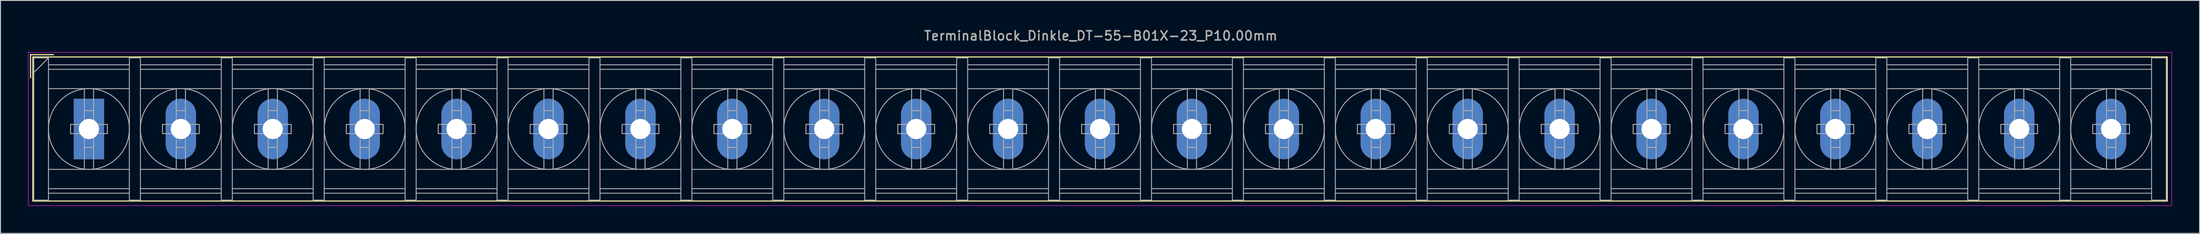
<source format=kicad_pcb>
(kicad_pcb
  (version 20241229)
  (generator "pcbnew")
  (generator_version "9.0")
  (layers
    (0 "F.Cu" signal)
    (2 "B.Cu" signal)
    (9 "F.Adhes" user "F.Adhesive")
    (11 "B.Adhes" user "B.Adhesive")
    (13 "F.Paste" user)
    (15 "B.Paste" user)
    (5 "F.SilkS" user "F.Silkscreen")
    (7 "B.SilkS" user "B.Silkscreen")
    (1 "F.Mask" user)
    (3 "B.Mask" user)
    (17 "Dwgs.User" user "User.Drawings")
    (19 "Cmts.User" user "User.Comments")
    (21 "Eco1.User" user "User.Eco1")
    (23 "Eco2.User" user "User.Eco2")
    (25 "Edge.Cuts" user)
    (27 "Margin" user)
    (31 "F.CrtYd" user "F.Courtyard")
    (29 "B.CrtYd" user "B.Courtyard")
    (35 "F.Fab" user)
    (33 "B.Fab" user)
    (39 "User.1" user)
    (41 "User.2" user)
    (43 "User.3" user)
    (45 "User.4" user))
  (footprint "TerminalBlock_Dinkle_DT-55-B01X-23_P10.00mm"
    (layer "F.Cu")
    (at 6.625 11.008)
    (property "Reference" "TerminalBlock_Dinkle_DT-55-B01X-23_P10.00mm" (at 110.08 -10.16 0) (layer "F.SilkS") (effects (font (size 1 1) (thickness 0.15))))
    (attr through_hole)
    (fp_line (start -6.35 -8.1) (end -3.85 -8.1) (stroke (width 0.12) (type solid)) (layer "F.SilkS"))
    (fp_line (start -6.35 -5.6) (end -6.35 -8.1) (stroke (width 0.12) (type solid)) (layer "F.SilkS"))
    (fp_line (start -6.1 -7.85) (end 226.1 -7.85) (stroke (width 0.12) (type solid)) (layer "F.SilkS"))
    (fp_line (start -6.1 7.85) (end -6.1 -7.85) (stroke (width 0.12) (type solid)) (layer "F.SilkS"))
    (fp_line (start -6.1 7.85) (end 226.1 7.85) (stroke (width 0.12) (type solid)) (layer "F.SilkS"))
    (fp_line (start 226.1 -7.85) (end 226.1 7.85) (stroke (width 0.12) (type solid)) (layer "F.SilkS"))
    (fp_line (start -6.6 -8.35) (end 226.6 -8.35) (stroke (width 0.05) (type solid)) (layer "F.CrtYd"))
    (fp_line (start -6.6 8.35) (end -6.6 -8.35) (stroke (width 0.05) (type solid)) (layer "F.CrtYd"))
    (fp_line (start -6.6 8.35) (end 226.6 8.35) (stroke (width 0.05) (type solid)) (layer "F.CrtYd"))
    (fp_line (start 226.6 -8.35) (end 226.6 8.35) (stroke (width 0.05) (type solid)) (layer "F.CrtYd"))
    (fp_line (start -6 -7.75) (end -6 7.75) (stroke (width 0.1) (type solid)) (layer "F.Fab"))
    (fp_line (start -6 -7.75) (end -4.4 -7.75) (stroke (width 0.1) (type solid)) (layer "F.Fab"))
    (fp_line (start -6 7.75) (end -4.4 7.75) (stroke (width 0.1) (type solid)) (layer "F.Fab"))
    (fp_line (start -4.4 -7.75) (end -6 -6.15) (stroke (width 0.1) (type solid)) (layer "F.Fab"))
    (fp_line (start -4.4 -7.75) (end -4.4 7.75) (stroke (width 0.1) (type solid)) (layer "F.Fab"))
    (fp_line (start -4.4 -7) (end 4.4 -7) (stroke (width 0.1) (type solid)) (layer "F.Fab"))
    (fp_line (start -4.4 -6.5) (end 4.4 -6.5) (stroke (width 0.1) (type solid)) (layer "F.Fab"))
    (fp_line (start -4.4 -4.4) (end 4.4 -4.4) (stroke (width 0.1) (type solid)) (layer "F.Fab"))
    (fp_line (start -4.4 4.4) (end 4.4 4.4) (stroke (width 0.1) (type solid)) (layer "F.Fab"))
    (fp_line (start -4.4 6.5) (end 4.4 6.5) (stroke (width 0.1) (type solid)) (layer "F.Fab"))
    (fp_line (start -4.4 7) (end 4.4 7) (stroke (width 0.1) (type solid)) (layer "F.Fab"))
    (fp_line (start -2 -0.5) (end -2 0.5) (stroke (width 0.1) (type solid)) (layer "F.Fab"))
    (fp_line (start -2 0.5) (end -0.5 0.5) (stroke (width 0.1) (type solid)) (layer "F.Fab"))
    (fp_line (start -0.5 -4.35) (end -0.5 -0.5) (stroke (width 0.1) (type solid)) (layer "F.Fab"))
    (fp_line (start -0.5 -2) (end 0.5 -2) (stroke (width 0.1) (type solid)) (layer "F.Fab"))
    (fp_line (start -0.5 -0.5) (end -2 -0.5) (stroke (width 0.1) (type solid)) (layer "F.Fab"))
    (fp_line (start -0.5 0.5) (end -0.5 4.35) (stroke (width 0.1) (type solid)) (layer "F.Fab"))
    (fp_line (start -0.5 2) (end 0.5 2) (stroke (width 0.1) (type solid)) (layer "F.Fab"))
    (fp_line (start 0.5 -4.35) (end 0.5 -0.5) (stroke (width 0.1) (type solid)) (layer "F.Fab"))
    (fp_line (start 0.5 -0.5) (end 2 -0.5) (stroke (width 0.1) (type solid)) (layer "F.Fab"))
    (fp_line (start 0.5 0.5) (end 0.5 4.35) (stroke (width 0.1) (type solid)) (layer "F.Fab"))
    (fp_line (start 2 -0.5) (end 2 0.5) (stroke (width 0.1) (type solid)) (layer "F.Fab"))
    (fp_line (start 2 0.5) (end 0.5 0.5) (stroke (width 0.1) (type solid)) (layer "F.Fab"))
    (fp_line (start 4.4 -7.75) (end 4.4 7.75) (stroke (width 0.1) (type solid)) (layer "F.Fab"))
    (fp_line (start 4.4 -7.75) (end 5.6 -7.75) (stroke (width 0.1) (type solid)) (layer "F.Fab"))
    (fp_line (start 4.4 7.75) (end 5.6 7.75) (stroke (width 0.1) (type solid)) (layer "F.Fab"))
    (fp_line (start 5.6 -7.75) (end 5.6 7.75) (stroke (width 0.1) (type solid)) (layer "F.Fab"))
    (fp_line (start 5.6 -7) (end 14.4 -7) (stroke (width 0.1) (type solid)) (layer "F.Fab"))
    (fp_line (start 5.6 -6.5) (end 14.4 -6.5) (stroke (width 0.1) (type solid)) (layer "F.Fab"))
    (fp_line (start 5.6 -4.4) (end 14.4 -4.4) (stroke (width 0.1) (type solid)) (layer "F.Fab"))
    (fp_line (start 5.6 4.4) (end 14.4 4.4) (stroke (width 0.1) (type solid)) (layer "F.Fab"))
    (fp_line (start 5.6 6.5) (end 14.4 6.5) (stroke (width 0.1) (type solid)) (layer "F.Fab"))
    (fp_line (start 5.6 7) (end 14.4 7) (stroke (width 0.1) (type solid)) (layer "F.Fab"))
    (fp_line (start 8 -0.5) (end 8 0.5) (stroke (width 0.1) (type solid)) (layer "F.Fab"))
    (fp_line (start 8 0.5) (end 9.5 0.5) (stroke (width 0.1) (type solid)) (layer "F.Fab"))
    (fp_line (start 9.5 -4.35) (end 9.5 -0.5) (stroke (width 0.1) (type solid)) (layer "F.Fab"))
    (fp_line (start 9.5 -2) (end 10.5 -2) (stroke (width 0.1) (type solid)) (layer "F.Fab"))
    (fp_line (start 9.5 -0.5) (end 8 -0.5) (stroke (width 0.1) (type solid)) (layer "F.Fab"))
    (fp_line (start 9.5 0.5) (end 9.5 4.35) (stroke (width 0.1) (type solid)) (layer "F.Fab"))
    (fp_line (start 9.5 2) (end 10.5 2) (stroke (width 0.1) (type solid)) (layer "F.Fab"))
    (fp_line (start 10.5 -4.35) (end 10.5 -0.5) (stroke (width 0.1) (type solid)) (layer "F.Fab"))
    (fp_line (start 10.5 -0.5) (end 12 -0.5) (stroke (width 0.1) (type solid)) (layer "F.Fab"))
    (fp_line (start 10.5 0.5) (end 10.5 4.35) (stroke (width 0.1) (type solid)) (layer "F.Fab"))
    (fp_line (start 12 -0.5) (end 12 0.5) (stroke (width 0.1) (type solid)) (layer "F.Fab"))
    (fp_line (start 12 0.5) (end 10.5 0.5) (stroke (width 0.1) (type solid)) (layer "F.Fab"))
    (fp_line (start 14.4 -7.75) (end 14.4 7.75) (stroke (width 0.1) (type solid)) (layer "F.Fab"))
    (fp_line (start 14.4 -7.75) (end 15.6 -7.75) (stroke (width 0.1) (type solid)) (layer "F.Fab"))
    (fp_line (start 14.4 7.75) (end 15.6 7.75) (stroke (width 0.1) (type solid)) (layer "F.Fab"))
    (fp_line (start 15.6 -7.75) (end 15.6 7.75) (stroke (width 0.1) (type solid)) (layer "F.Fab"))
    (fp_line (start 15.6 -7) (end 24.4 -7) (stroke (width 0.1) (type solid)) (layer "F.Fab"))
    (fp_line (start 15.6 -6.5) (end 24.4 -6.5) (stroke (width 0.1) (type solid)) (layer "F.Fab"))
    (fp_line (start 15.6 -4.4) (end 24.4 -4.4) (stroke (width 0.1) (type solid)) (layer "F.Fab"))
    (fp_line (start 15.6 4.4) (end 24.4 4.4) (stroke (width 0.1) (type solid)) (layer "F.Fab"))
    (fp_line (start 15.6 6.5) (end 24.4 6.5) (stroke (width 0.1) (type solid)) (layer "F.Fab"))
    (fp_line (start 15.6 7) (end 24.4 7) (stroke (width 0.1) (type solid)) (layer "F.Fab"))
    (fp_line (start 18 -0.5) (end 18 0.5) (stroke (width 0.1) (type solid)) (layer "F.Fab"))
    (fp_line (start 18 0.5) (end 19.5 0.5) (stroke (width 0.1) (type solid)) (layer "F.Fab"))
    (fp_line (start 19.5 -4.35) (end 19.5 -0.5) (stroke (width 0.1) (type solid)) (layer "F.Fab"))
    (fp_line (start 19.5 -2) (end 20.5 -2) (stroke (width 0.1) (type solid)) (layer "F.Fab"))
    (fp_line (start 19.5 -0.5) (end 18 -0.5) (stroke (width 0.1) (type solid)) (layer "F.Fab"))
    (fp_line (start 19.5 0.5) (end 19.5 4.35) (stroke (width 0.1) (type solid)) (layer "F.Fab"))
    (fp_line (start 19.5 2) (end 20.5 2) (stroke (width 0.1) (type solid)) (layer "F.Fab"))
    (fp_line (start 20.5 -4.35) (end 20.5 -0.5) (stroke (width 0.1) (type solid)) (layer "F.Fab"))
    (fp_line (start 20.5 -0.5) (end 22 -0.5) (stroke (width 0.1) (type solid)) (layer "F.Fab"))
    (fp_line (start 20.5 0.5) (end 20.5 4.35) (stroke (width 0.1) (type solid)) (layer "F.Fab"))
    (fp_line (start 22 -0.5) (end 22 0.5) (stroke (width 0.1) (type solid)) (layer "F.Fab"))
    (fp_line (start 22 0.5) (end 20.5 0.5) (stroke (width 0.1) (type solid)) (layer "F.Fab"))
    (fp_line (start 24.4 -7.75) (end 24.4 7.75) (stroke (width 0.1) (type solid)) (layer "F.Fab"))
    (fp_line (start 24.4 -7.75) (end 25.6 -7.75) (stroke (width 0.1) (type solid)) (layer "F.Fab"))
    (fp_line (start 24.4 7.75) (end 25.6 7.75) (stroke (width 0.1) (type solid)) (layer "F.Fab"))
    (fp_line (start 25.6 -7.75) (end 25.6 7.75) (stroke (width 0.1) (type solid)) (layer "F.Fab"))
    (fp_line (start 25.6 -7) (end 34.4 -7) (stroke (width 0.1) (type solid)) (layer "F.Fab"))
    (fp_line (start 25.6 -6.5) (end 34.4 -6.5) (stroke (width 0.1) (type solid)) (layer "F.Fab"))
    (fp_line (start 25.6 -4.4) (end 34.4 -4.4) (stroke (width 0.1) (type solid)) (layer "F.Fab"))
    (fp_line (start 25.6 4.4) (end 34.4 4.4) (stroke (width 0.1) (type solid)) (layer "F.Fab"))
    (fp_line (start 25.6 6.5) (end 34.4 6.5) (stroke (width 0.1) (type solid)) (layer "F.Fab"))
    (fp_line (start 25.6 7) (end 34.4 7) (stroke (width 0.1) (type solid)) (layer "F.Fab"))
    (fp_line (start 28 -0.5) (end 28 0.5) (stroke (width 0.1) (type solid)) (layer "F.Fab"))
    (fp_line (start 28 0.5) (end 29.5 0.5) (stroke (width 0.1) (type solid)) (layer "F.Fab"))
    (fp_line (start 29.5 -4.35) (end 29.5 -0.5) (stroke (width 0.1) (type solid)) (layer "F.Fab"))
    (fp_line (start 29.5 -2) (end 30.5 -2) (stroke (width 0.1) (type solid)) (layer "F.Fab"))
    (fp_line (start 29.5 -0.5) (end 28 -0.5) (stroke (width 0.1) (type solid)) (layer "F.Fab"))
    (fp_line (start 29.5 0.5) (end 29.5 4.35) (stroke (width 0.1) (type solid)) (layer "F.Fab"))
    (fp_line (start 29.5 2) (end 30.5 2) (stroke (width 0.1) (type solid)) (layer "F.Fab"))
    (fp_line (start 30.5 -4.35) (end 30.5 -0.5) (stroke (width 0.1) (type solid)) (layer "F.Fab"))
    (fp_line (start 30.5 -0.5) (end 32 -0.5) (stroke (width 0.1) (type solid)) (layer "F.Fab"))
    (fp_line (start 30.5 0.5) (end 30.5 4.35) (stroke (width 0.1) (type solid)) (layer "F.Fab"))
    (fp_line (start 32 -0.5) (end 32 0.5) (stroke (width 0.1) (type solid)) (layer "F.Fab"))
    (fp_line (start 32 0.5) (end 30.5 0.5) (stroke (width 0.1) (type solid)) (layer "F.Fab"))
    (fp_line (start 34.4 -7.75) (end 34.4 7.75) (stroke (width 0.1) (type solid)) (layer "F.Fab"))
    (fp_line (start 34.4 -7.75) (end 35.6 -7.75) (stroke (width 0.1) (type solid)) (layer "F.Fab"))
    (fp_line (start 34.4 7.75) (end 35.6 7.75) (stroke (width 0.1) (type solid)) (layer "F.Fab"))
    (fp_line (start 35.6 -7.75) (end 35.6 7.75) (stroke (width 0.1) (type solid)) (layer "F.Fab"))
    (fp_line (start 35.6 -7) (end 44.4 -7) (stroke (width 0.1) (type solid)) (layer "F.Fab"))
    (fp_line (start 35.6 -6.5) (end 44.4 -6.5) (stroke (width 0.1) (type solid)) (layer "F.Fab"))
    (fp_line (start 35.6 -4.4) (end 44.4 -4.4) (stroke (width 0.1) (type solid)) (layer "F.Fab"))
    (fp_line (start 35.6 4.4) (end 44.4 4.4) (stroke (width 0.1) (type solid)) (layer "F.Fab"))
    (fp_line (start 35.6 6.5) (end 44.4 6.5) (stroke (width 0.1) (type solid)) (layer "F.Fab"))
    (fp_line (start 35.6 7) (end 44.4 7) (stroke (width 0.1) (type solid)) (layer "F.Fab"))
    (fp_line (start 38 -0.5) (end 38 0.5) (stroke (width 0.1) (type solid)) (layer "F.Fab"))
    (fp_line (start 38 0.5) (end 39.5 0.5) (stroke (width 0.1) (type solid)) (layer "F.Fab"))
    (fp_line (start 39.5 -4.35) (end 39.5 -0.5) (stroke (width 0.1) (type solid)) (layer "F.Fab"))
    (fp_line (start 39.5 -2) (end 40.5 -2) (stroke (width 0.1) (type solid)) (layer "F.Fab"))
    (fp_line (start 39.5 -0.5) (end 38 -0.5) (stroke (width 0.1) (type solid)) (layer "F.Fab"))
    (fp_line (start 39.5 0.5) (end 39.5 4.35) (stroke (width 0.1) (type solid)) (layer "F.Fab"))
    (fp_line (start 39.5 2) (end 40.5 2) (stroke (width 0.1) (type solid)) (layer "F.Fab"))
    (fp_line (start 40.5 -4.35) (end 40.5 -0.5) (stroke (width 0.1) (type solid)) (layer "F.Fab"))
    (fp_line (start 40.5 -0.5) (end 42 -0.5) (stroke (width 0.1) (type solid)) (layer "F.Fab"))
    (fp_line (start 40.5 0.5) (end 40.5 4.35) (stroke (width 0.1) (type solid)) (layer "F.Fab"))
    (fp_line (start 42 -0.5) (end 42 0.5) (stroke (width 0.1) (type solid)) (layer "F.Fab"))
    (fp_line (start 42 0.5) (end 40.5 0.5) (stroke (width 0.1) (type solid)) (layer "F.Fab"))
    (fp_line (start 44.4 -7.75) (end 44.4 7.75) (stroke (width 0.1) (type solid)) (layer "F.Fab"))
    (fp_line (start 44.4 -7.75) (end 45.6 -7.75) (stroke (width 0.1) (type solid)) (layer "F.Fab"))
    (fp_line (start 44.4 7.75) (end 45.6 7.75) (stroke (width 0.1) (type solid)) (layer "F.Fab"))
    (fp_line (start 45.6 -7.75) (end 45.6 7.75) (stroke (width 0.1) (type solid)) (layer "F.Fab"))
    (fp_line (start 45.6 -7) (end 54.4 -7) (stroke (width 0.1) (type solid)) (layer "F.Fab"))
    (fp_line (start 45.6 -6.5) (end 54.4 -6.5) (stroke (width 0.1) (type solid)) (layer "F.Fab"))
    (fp_line (start 45.6 -4.4) (end 54.4 -4.4) (stroke (width 0.1) (type solid)) (layer "F.Fab"))
    (fp_line (start 45.6 4.4) (end 54.4 4.4) (stroke (width 0.1) (type solid)) (layer "F.Fab"))
    (fp_line (start 45.6 6.5) (end 54.4 6.5) (stroke (width 0.1) (type solid)) (layer "F.Fab"))
    (fp_line (start 45.6 7) (end 54.4 7) (stroke (width 0.1) (type solid)) (layer "F.Fab"))
    (fp_line (start 48 -0.5) (end 48 0.5) (stroke (width 0.1) (type solid)) (layer "F.Fab"))
    (fp_line (start 48 0.5) (end 49.5 0.5) (stroke (width 0.1) (type solid)) (layer "F.Fab"))
    (fp_line (start 49.5 -4.35) (end 49.5 -0.5) (stroke (width 0.1) (type solid)) (layer "F.Fab"))
    (fp_line (start 49.5 -2) (end 50.5 -2) (stroke (width 0.1) (type solid)) (layer "F.Fab"))
    (fp_line (start 49.5 -0.5) (end 48 -0.5) (stroke (width 0.1) (type solid)) (layer "F.Fab"))
    (fp_line (start 49.5 0.5) (end 49.5 4.35) (stroke (width 0.1) (type solid)) (layer "F.Fab"))
    (fp_line (start 49.5 2) (end 50.5 2) (stroke (width 0.1) (type solid)) (layer "F.Fab"))
    (fp_line (start 50.5 -4.35) (end 50.5 -0.5) (stroke (width 0.1) (type solid)) (layer "F.Fab"))
    (fp_line (start 50.5 -0.5) (end 52 -0.5) (stroke (width 0.1) (type solid)) (layer "F.Fab"))
    (fp_line (start 50.5 0.5) (end 50.5 4.35) (stroke (width 0.1) (type solid)) (layer "F.Fab"))
    (fp_line (start 52 -0.5) (end 52 0.5) (stroke (width 0.1) (type solid)) (layer "F.Fab"))
    (fp_line (start 52 0.5) (end 50.5 0.5) (stroke (width 0.1) (type solid)) (layer "F.Fab"))
    (fp_line (start 54.4 -7.75) (end 54.4 7.75) (stroke (width 0.1) (type solid)) (layer "F.Fab"))
    (fp_line (start 54.4 -7.75) (end 55.6 -7.75) (stroke (width 0.1) (type solid)) (layer "F.Fab"))
    (fp_line (start 54.4 7.75) (end 55.6 7.75) (stroke (width 0.1) (type solid)) (layer "F.Fab"))
    (fp_line (start 55.6 -7.75) (end 55.6 7.75) (stroke (width 0.1) (type solid)) (layer "F.Fab"))
    (fp_line (start 55.6 -7) (end 64.4 -7) (stroke (width 0.1) (type solid)) (layer "F.Fab"))
    (fp_line (start 55.6 -6.5) (end 64.4 -6.5) (stroke (width 0.1) (type solid)) (layer "F.Fab"))
    (fp_line (start 55.6 -4.4) (end 64.4 -4.4) (stroke (width 0.1) (type solid)) (layer "F.Fab"))
    (fp_line (start 55.6 4.4) (end 64.4 4.4) (stroke (width 0.1) (type solid)) (layer "F.Fab"))
    (fp_line (start 55.6 6.5) (end 64.4 6.5) (stroke (width 0.1) (type solid)) (layer "F.Fab"))
    (fp_line (start 55.6 7) (end 64.4 7) (stroke (width 0.1) (type solid)) (layer "F.Fab"))
    (fp_line (start 58 -0.5) (end 58 0.5) (stroke (width 0.1) (type solid)) (layer "F.Fab"))
    (fp_line (start 58 0.5) (end 59.5 0.5) (stroke (width 0.1) (type solid)) (layer "F.Fab"))
    (fp_line (start 59.5 -4.35) (end 59.5 -0.5) (stroke (width 0.1) (type solid)) (layer "F.Fab"))
    (fp_line (start 59.5 -2) (end 60.5 -2) (stroke (width 0.1) (type solid)) (layer "F.Fab"))
    (fp_line (start 59.5 -0.5) (end 58 -0.5) (stroke (width 0.1) (type solid)) (layer "F.Fab"))
    (fp_line (start 59.5 0.5) (end 59.5 4.35) (stroke (width 0.1) (type solid)) (layer "F.Fab"))
    (fp_line (start 59.5 2) (end 60.5 2) (stroke (width 0.1) (type solid)) (layer "F.Fab"))
    (fp_line (start 60.5 -4.35) (end 60.5 -0.5) (stroke (width 0.1) (type solid)) (layer "F.Fab"))
    (fp_line (start 60.5 -0.5) (end 62 -0.5) (stroke (width 0.1) (type solid)) (layer "F.Fab"))
    (fp_line (start 60.5 0.5) (end 60.5 4.35) (stroke (width 0.1) (type solid)) (layer "F.Fab"))
    (fp_line (start 62 -0.5) (end 62 0.5) (stroke (width 0.1) (type solid)) (layer "F.Fab"))
    (fp_line (start 62 0.5) (end 60.5 0.5) (stroke (width 0.1) (type solid)) (layer "F.Fab"))
    (fp_line (start 64.4 -7.75) (end 64.4 7.75) (stroke (width 0.1) (type solid)) (layer "F.Fab"))
    (fp_line (start 64.4 -7.75) (end 65.6 -7.75) (stroke (width 0.1) (type solid)) (layer "F.Fab"))
    (fp_line (start 64.4 7.75) (end 65.6 7.75) (stroke (width 0.1) (type solid)) (layer "F.Fab"))
    (fp_line (start 65.6 -7.75) (end 65.6 7.75) (stroke (width 0.1) (type solid)) (layer "F.Fab"))
    (fp_line (start 65.6 -7) (end 74.4 -7) (stroke (width 0.1) (type solid)) (layer "F.Fab"))
    (fp_line (start 65.6 -6.5) (end 74.4 -6.5) (stroke (width 0.1) (type solid)) (layer "F.Fab"))
    (fp_line (start 65.6 -4.4) (end 74.4 -4.4) (stroke (width 0.1) (type solid)) (layer "F.Fab"))
    (fp_line (start 65.6 4.4) (end 74.4 4.4) (stroke (width 0.1) (type solid)) (layer "F.Fab"))
    (fp_line (start 65.6 6.5) (end 74.4 6.5) (stroke (width 0.1) (type solid)) (layer "F.Fab"))
    (fp_line (start 65.6 7) (end 74.4 7) (stroke (width 0.1) (type solid)) (layer "F.Fab"))
    (fp_line (start 68 -0.5) (end 68 0.5) (stroke (width 0.1) (type solid)) (layer "F.Fab"))
    (fp_line (start 68 0.5) (end 69.5 0.5) (stroke (width 0.1) (type solid)) (layer "F.Fab"))
    (fp_line (start 69.5 -4.35) (end 69.5 -0.5) (stroke (width 0.1) (type solid)) (layer "F.Fab"))
    (fp_line (start 69.5 -2) (end 70.5 -2) (stroke (width 0.1) (type solid)) (layer "F.Fab"))
    (fp_line (start 69.5 -0.5) (end 68 -0.5) (stroke (width 0.1) (type solid)) (layer "F.Fab"))
    (fp_line (start 69.5 0.5) (end 69.5 4.35) (stroke (width 0.1) (type solid)) (layer "F.Fab"))
    (fp_line (start 69.5 2) (end 70.5 2) (stroke (width 0.1) (type solid)) (layer "F.Fab"))
    (fp_line (start 70.5 -4.35) (end 70.5 -0.5) (stroke (width 0.1) (type solid)) (layer "F.Fab"))
    (fp_line (start 70.5 -0.5) (end 72 -0.5) (stroke (width 0.1) (type solid)) (layer "F.Fab"))
    (fp_line (start 70.5 0.5) (end 70.5 4.35) (stroke (width 0.1) (type solid)) (layer "F.Fab"))
    (fp_line (start 72 -0.5) (end 72 0.5) (stroke (width 0.1) (type solid)) (layer "F.Fab"))
    (fp_line (start 72 0.5) (end 70.5 0.5) (stroke (width 0.1) (type solid)) (layer "F.Fab"))
    (fp_line (start 74.4 -7.75) (end 74.4 7.75) (stroke (width 0.1) (type solid)) (layer "F.Fab"))
    (fp_line (start 74.4 -7.75) (end 75.6 -7.75) (stroke (width 0.1) (type solid)) (layer "F.Fab"))
    (fp_line (start 74.4 7.75) (end 75.6 7.75) (stroke (width 0.1) (type solid)) (layer "F.Fab"))
    (fp_line (start 75.6 -7.75) (end 75.6 7.75) (stroke (width 0.1) (type solid)) (layer "F.Fab"))
    (fp_line (start 75.6 -7) (end 84.4 -7) (stroke (width 0.1) (type solid)) (layer "F.Fab"))
    (fp_line (start 75.6 -6.5) (end 84.4 -6.5) (stroke (width 0.1) (type solid)) (layer "F.Fab"))
    (fp_line (start 75.6 -4.4) (end 84.4 -4.4) (stroke (width 0.1) (type solid)) (layer "F.Fab"))
    (fp_line (start 75.6 4.4) (end 84.4 4.4) (stroke (width 0.1) (type solid)) (layer "F.Fab"))
    (fp_line (start 75.6 6.5) (end 84.4 6.5) (stroke (width 0.1) (type solid)) (layer "F.Fab"))
    (fp_line (start 75.6 7) (end 84.4 7) (stroke (width 0.1) (type solid)) (layer "F.Fab"))
    (fp_line (start 78 -0.5) (end 78 0.5) (stroke (width 0.1) (type solid)) (layer "F.Fab"))
    (fp_line (start 78 0.5) (end 79.5 0.5) (stroke (width 0.1) (type solid)) (layer "F.Fab"))
    (fp_line (start 79.5 -4.35) (end 79.5 -0.5) (stroke (width 0.1) (type solid)) (layer "F.Fab"))
    (fp_line (start 79.5 -2) (end 80.5 -2) (stroke (width 0.1) (type solid)) (layer "F.Fab"))
    (fp_line (start 79.5 -0.5) (end 78 -0.5) (stroke (width 0.1) (type solid)) (layer "F.Fab"))
    (fp_line (start 79.5 0.5) (end 79.5 4.35) (stroke (width 0.1) (type solid)) (layer "F.Fab"))
    (fp_line (start 79.5 2) (end 80.5 2) (stroke (width 0.1) (type solid)) (layer "F.Fab"))
    (fp_line (start 80.5 -4.35) (end 80.5 -0.5) (stroke (width 0.1) (type solid)) (layer "F.Fab"))
    (fp_line (start 80.5 -0.5) (end 82 -0.5) (stroke (width 0.1) (type solid)) (layer "F.Fab"))
    (fp_line (start 80.5 0.5) (end 80.5 4.35) (stroke (width 0.1) (type solid)) (layer "F.Fab"))
    (fp_line (start 82 -0.5) (end 82 0.5) (stroke (width 0.1) (type solid)) (layer "F.Fab"))
    (fp_line (start 82 0.5) (end 80.5 0.5) (stroke (width 0.1) (type solid)) (layer "F.Fab"))
    (fp_line (start 84.4 -7.75) (end 84.4 7.75) (stroke (width 0.1) (type solid)) (layer "F.Fab"))
    (fp_line (start 84.4 -7.75) (end 85.6 -7.75) (stroke (width 0.1) (type solid)) (layer "F.Fab"))
    (fp_line (start 84.4 7.75) (end 85.6 7.75) (stroke (width 0.1) (type solid)) (layer "F.Fab"))
    (fp_line (start 85.6 -7.75) (end 85.6 7.75) (stroke (width 0.1) (type solid)) (layer "F.Fab"))
    (fp_line (start 85.6 -7) (end 94.4 -7) (stroke (width 0.1) (type solid)) (layer "F.Fab"))
    (fp_line (start 85.6 -6.5) (end 94.4 -6.5) (stroke (width 0.1) (type solid)) (layer "F.Fab"))
    (fp_line (start 85.6 -4.4) (end 94.4 -4.4) (stroke (width 0.1) (type solid)) (layer "F.Fab"))
    (fp_line (start 85.6 4.4) (end 94.4 4.4) (stroke (width 0.1) (type solid)) (layer "F.Fab"))
    (fp_line (start 85.6 6.5) (end 94.4 6.5) (stroke (width 0.1) (type solid)) (layer "F.Fab"))
    (fp_line (start 85.6 7) (end 94.4 7) (stroke (width 0.1) (type solid)) (layer "F.Fab"))
    (fp_line (start 88 -0.5) (end 88 0.5) (stroke (width 0.1) (type solid)) (layer "F.Fab"))
    (fp_line (start 88 0.5) (end 89.5 0.5) (stroke (width 0.1) (type solid)) (layer "F.Fab"))
    (fp_line (start 89.5 -4.35) (end 89.5 -0.5) (stroke (width 0.1) (type solid)) (layer "F.Fab"))
    (fp_line (start 89.5 -2) (end 90.5 -2) (stroke (width 0.1) (type solid)) (layer "F.Fab"))
    (fp_line (start 89.5 -0.5) (end 88 -0.5) (stroke (width 0.1) (type solid)) (layer "F.Fab"))
    (fp_line (start 89.5 0.5) (end 89.5 4.35) (stroke (width 0.1) (type solid)) (layer "F.Fab"))
    (fp_line (start 89.5 2) (end 90.5 2) (stroke (width 0.1) (type solid)) (layer "F.Fab"))
    (fp_line (start 90.5 -4.35) (end 90.5 -0.5) (stroke (width 0.1) (type solid)) (layer "F.Fab"))
    (fp_line (start 90.5 -0.5) (end 92 -0.5) (stroke (width 0.1) (type solid)) (layer "F.Fab"))
    (fp_line (start 90.5 0.5) (end 90.5 4.35) (stroke (width 0.1) (type solid)) (layer "F.Fab"))
    (fp_line (start 92 -0.5) (end 92 0.5) (stroke (width 0.1) (type solid)) (layer "F.Fab"))
    (fp_line (start 92 0.5) (end 90.5 0.5) (stroke (width 0.1) (type solid)) (layer "F.Fab"))
    (fp_line (start 94.4 -7.75) (end 94.4 7.75) (stroke (width 0.1) (type solid)) (layer "F.Fab"))
    (fp_line (start 94.4 -7.75) (end 95.6 -7.75) (stroke (width 0.1) (type solid)) (layer "F.Fab"))
    (fp_line (start 94.4 7.75) (end 95.6 7.75) (stroke (width 0.1) (type solid)) (layer "F.Fab"))
    (fp_line (start 95.6 -7.75) (end 95.6 7.75) (stroke (width 0.1) (type solid)) (layer "F.Fab"))
    (fp_line (start 95.6 -7) (end 104.4 -7) (stroke (width 0.1) (type solid)) (layer "F.Fab"))
    (fp_line (start 95.6 -6.5) (end 104.4 -6.5) (stroke (width 0.1) (type solid)) (layer "F.Fab"))
    (fp_line (start 95.6 -4.4) (end 104.4 -4.4) (stroke (width 0.1) (type solid)) (layer "F.Fab"))
    (fp_line (start 95.6 4.4) (end 104.4 4.4) (stroke (width 0.1) (type solid)) (layer "F.Fab"))
    (fp_line (start 95.6 6.5) (end 104.4 6.5) (stroke (width 0.1) (type solid)) (layer "F.Fab"))
    (fp_line (start 95.6 7) (end 104.4 7) (stroke (width 0.1) (type solid)) (layer "F.Fab"))
    (fp_line (start 98 -0.5) (end 98 0.5) (stroke (width 0.1) (type solid)) (layer "F.Fab"))
    (fp_line (start 98 0.5) (end 99.5 0.5) (stroke (width 0.1) (type solid)) (layer "F.Fab"))
    (fp_line (start 99.5 -4.35) (end 99.5 -0.5) (stroke (width 0.1) (type solid)) (layer "F.Fab"))
    (fp_line (start 99.5 -2) (end 100.5 -2) (stroke (width 0.1) (type solid)) (layer "F.Fab"))
    (fp_line (start 99.5 -0.5) (end 98 -0.5) (stroke (width 0.1) (type solid)) (layer "F.Fab"))
    (fp_line (start 99.5 0.5) (end 99.5 4.35) (stroke (width 0.1) (type solid)) (layer "F.Fab"))
    (fp_line (start 99.5 2) (end 100.5 2) (stroke (width 0.1) (type solid)) (layer "F.Fab"))
    (fp_line (start 100.5 -4.35) (end 100.5 -0.5) (stroke (width 0.1) (type solid)) (layer "F.Fab"))
    (fp_line (start 100.5 -0.5) (end 102 -0.5) (stroke (width 0.1) (type solid)) (layer "F.Fab"))
    (fp_line (start 100.5 0.5) (end 100.5 4.35) (stroke (width 0.1) (type solid)) (layer "F.Fab"))
    (fp_line (start 102 -0.5) (end 102 0.5) (stroke (width 0.1) (type solid)) (layer "F.Fab"))
    (fp_line (start 102 0.5) (end 100.5 0.5) (stroke (width 0.1) (type solid)) (layer "F.Fab"))
    (fp_line (start 104.4 -7.75) (end 104.4 7.75) (stroke (width 0.1) (type solid)) (layer "F.Fab"))
    (fp_line (start 104.4 -7.75) (end 105.6 -7.75) (stroke (width 0.1) (type solid)) (layer "F.Fab"))
    (fp_line (start 104.4 7.75) (end 105.6 7.75) (stroke (width 0.1) (type solid)) (layer "F.Fab"))
    (fp_line (start 105.6 -7.75) (end 105.6 7.75) (stroke (width 0.1) (type solid)) (layer "F.Fab"))
    (fp_line (start 105.6 -7) (end 114.4 -7) (stroke (width 0.1) (type solid)) (layer "F.Fab"))
    (fp_line (start 105.6 -6.5) (end 114.4 -6.5) (stroke (width 0.1) (type solid)) (layer "F.Fab"))
    (fp_line (start 105.6 -4.4) (end 114.4 -4.4) (stroke (width 0.1) (type solid)) (layer "F.Fab"))
    (fp_line (start 105.6 4.4) (end 114.4 4.4) (stroke (width 0.1) (type solid)) (layer "F.Fab"))
    (fp_line (start 105.6 6.5) (end 114.4 6.5) (stroke (width 0.1) (type solid)) (layer "F.Fab"))
    (fp_line (start 105.6 7) (end 114.4 7) (stroke (width 0.1) (type solid)) (layer "F.Fab"))
    (fp_line (start 108 -0.5) (end 108 0.5) (stroke (width 0.1) (type solid)) (layer "F.Fab"))
    (fp_line (start 108 0.5) (end 109.5 0.5) (stroke (width 0.1) (type solid)) (layer "F.Fab"))
    (fp_line (start 109.5 -4.35) (end 109.5 -0.5) (stroke (width 0.1) (type solid)) (layer "F.Fab"))
    (fp_line (start 109.5 -2) (end 110.5 -2) (stroke (width 0.1) (type solid)) (layer "F.Fab"))
    (fp_line (start 109.5 -0.5) (end 108 -0.5) (stroke (width 0.1) (type solid)) (layer "F.Fab"))
    (fp_line (start 109.5 0.5) (end 109.5 4.35) (stroke (width 0.1) (type solid)) (layer "F.Fab"))
    (fp_line (start 109.5 2) (end 110.5 2) (stroke (width 0.1) (type solid)) (layer "F.Fab"))
    (fp_line (start 110.5 -4.35) (end 110.5 -0.5) (stroke (width 0.1) (type solid)) (layer "F.Fab"))
    (fp_line (start 110.5 -0.5) (end 112 -0.5) (stroke (width 0.1) (type solid)) (layer "F.Fab"))
    (fp_line (start 110.5 0.5) (end 110.5 4.35) (stroke (width 0.1) (type solid)) (layer "F.Fab"))
    (fp_line (start 112 -0.5) (end 112 0.5) (stroke (width 0.1) (type solid)) (layer "F.Fab"))
    (fp_line (start 112 0.5) (end 110.5 0.5) (stroke (width 0.1) (type solid)) (layer "F.Fab"))
    (fp_line (start 114.4 -7.75) (end 114.4 7.75) (stroke (width 0.1) (type solid)) (layer "F.Fab"))
    (fp_line (start 114.4 -7.75) (end 115.6 -7.75) (stroke (width 0.1) (type solid)) (layer "F.Fab"))
    (fp_line (start 114.4 7.75) (end 115.6 7.75) (stroke (width 0.1) (type solid)) (layer "F.Fab"))
    (fp_line (start 115.6 -7.75) (end 115.6 7.75) (stroke (width 0.1) (type solid)) (layer "F.Fab"))
    (fp_line (start 115.6 -7) (end 124.4 -7) (stroke (width 0.1) (type solid)) (layer "F.Fab"))
    (fp_line (start 115.6 -6.5) (end 124.4 -6.5) (stroke (width 0.1) (type solid)) (layer "F.Fab"))
    (fp_line (start 115.6 -4.4) (end 124.4 -4.4) (stroke (width 0.1) (type solid)) (layer "F.Fab"))
    (fp_line (start 115.6 4.4) (end 124.4 4.4) (stroke (width 0.1) (type solid)) (layer "F.Fab"))
    (fp_line (start 115.6 6.5) (end 124.4 6.5) (stroke (width 0.1) (type solid)) (layer "F.Fab"))
    (fp_line (start 115.6 7) (end 124.4 7) (stroke (width 0.1) (type solid)) (layer "F.Fab"))
    (fp_line (start 118 -0.5) (end 118 0.5) (stroke (width 0.1) (type solid)) (layer "F.Fab"))
    (fp_line (start 118 0.5) (end 119.5 0.5) (stroke (width 0.1) (type solid)) (layer "F.Fab"))
    (fp_line (start 119.5 -4.35) (end 119.5 -0.5) (stroke (width 0.1) (type solid)) (layer "F.Fab"))
    (fp_line (start 119.5 -2) (end 120.5 -2) (stroke (width 0.1) (type solid)) (layer "F.Fab"))
    (fp_line (start 119.5 -0.5) (end 118 -0.5) (stroke (width 0.1) (type solid)) (layer "F.Fab"))
    (fp_line (start 119.5 0.5) (end 119.5 4.35) (stroke (width 0.1) (type solid)) (layer "F.Fab"))
    (fp_line (start 119.5 2) (end 120.5 2) (stroke (width 0.1) (type solid)) (layer "F.Fab"))
    (fp_line (start 120.5 -4.35) (end 120.5 -0.5) (stroke (width 0.1) (type solid)) (layer "F.Fab"))
    (fp_line (start 120.5 -0.5) (end 122 -0.5) (stroke (width 0.1) (type solid)) (layer "F.Fab"))
    (fp_line (start 120.5 0.5) (end 120.5 4.35) (stroke (width 0.1) (type solid)) (layer "F.Fab"))
    (fp_line (start 122 -0.5) (end 122 0.5) (stroke (width 0.1) (type solid)) (layer "F.Fab"))
    (fp_line (start 122 0.5) (end 120.5 0.5) (stroke (width 0.1) (type solid)) (layer "F.Fab"))
    (fp_line (start 124.4 -7.75) (end 124.4 7.75) (stroke (width 0.1) (type solid)) (layer "F.Fab"))
    (fp_line (start 124.4 -7.75) (end 125.6 -7.75) (stroke (width 0.1) (type solid)) (layer "F.Fab"))
    (fp_line (start 124.4 7.75) (end 125.6 7.75) (stroke (width 0.1) (type solid)) (layer "F.Fab"))
    (fp_line (start 125.6 -7.75) (end 125.6 7.75) (stroke (width 0.1) (type solid)) (layer "F.Fab"))
    (fp_line (start 125.6 -7) (end 134.4 -7) (stroke (width 0.1) (type solid)) (layer "F.Fab"))
    (fp_line (start 125.6 -6.5) (end 134.4 -6.5) (stroke (width 0.1) (type solid)) (layer "F.Fab"))
    (fp_line (start 125.6 -4.4) (end 134.4 -4.4) (stroke (width 0.1) (type solid)) (layer "F.Fab"))
    (fp_line (start 125.6 4.4) (end 134.4 4.4) (stroke (width 0.1) (type solid)) (layer "F.Fab"))
    (fp_line (start 125.6 6.5) (end 134.4 6.5) (stroke (width 0.1) (type solid)) (layer "F.Fab"))
    (fp_line (start 125.6 7) (end 134.4 7) (stroke (width 0.1) (type solid)) (layer "F.Fab"))
    (fp_line (start 128 -0.5) (end 128 0.5) (stroke (width 0.1) (type solid)) (layer "F.Fab"))
    (fp_line (start 128 0.5) (end 129.5 0.5) (stroke (width 0.1) (type solid)) (layer "F.Fab"))
    (fp_line (start 129.5 -4.35) (end 129.5 -0.5) (stroke (width 0.1) (type solid)) (layer "F.Fab"))
    (fp_line (start 129.5 -2) (end 130.5 -2) (stroke (width 0.1) (type solid)) (layer "F.Fab"))
    (fp_line (start 129.5 -0.5) (end 128 -0.5) (stroke (width 0.1) (type solid)) (layer "F.Fab"))
    (fp_line (start 129.5 0.5) (end 129.5 4.35) (stroke (width 0.1) (type solid)) (layer "F.Fab"))
    (fp_line (start 129.5 2) (end 130.5 2) (stroke (width 0.1) (type solid)) (layer "F.Fab"))
    (fp_line (start 130.5 -4.35) (end 130.5 -0.5) (stroke (width 0.1) (type solid)) (layer "F.Fab"))
    (fp_line (start 130.5 -0.5) (end 132 -0.5) (stroke (width 0.1) (type solid)) (layer "F.Fab"))
    (fp_line (start 130.5 0.5) (end 130.5 4.35) (stroke (width 0.1) (type solid)) (layer "F.Fab"))
    (fp_line (start 132 -0.5) (end 132 0.5) (stroke (width 0.1) (type solid)) (layer "F.Fab"))
    (fp_line (start 132 0.5) (end 130.5 0.5) (stroke (width 0.1) (type solid)) (layer "F.Fab"))
    (fp_line (start 134.4 -7.75) (end 134.4 7.75) (stroke (width 0.1) (type solid)) (layer "F.Fab"))
    (fp_line (start 134.4 -7.75) (end 135.6 -7.75) (stroke (width 0.1) (type solid)) (layer "F.Fab"))
    (fp_line (start 134.4 7.75) (end 135.6 7.75) (stroke (width 0.1) (type solid)) (layer "F.Fab"))
    (fp_line (start 135.6 -7.75) (end 135.6 7.75) (stroke (width 0.1) (type solid)) (layer "F.Fab"))
    (fp_line (start 135.6 -7) (end 144.4 -7) (stroke (width 0.1) (type solid)) (layer "F.Fab"))
    (fp_line (start 135.6 -6.5) (end 144.4 -6.5) (stroke (width 0.1) (type solid)) (layer "F.Fab"))
    (fp_line (start 135.6 -4.4) (end 144.4 -4.4) (stroke (width 0.1) (type solid)) (layer "F.Fab"))
    (fp_line (start 135.6 4.4) (end 144.4 4.4) (stroke (width 0.1) (type solid)) (layer "F.Fab"))
    (fp_line (start 135.6 6.5) (end 144.4 6.5) (stroke (width 0.1) (type solid)) (layer "F.Fab"))
    (fp_line (start 135.6 7) (end 144.4 7) (stroke (width 0.1) (type solid)) (layer "F.Fab"))
    (fp_line (start 138 -0.5) (end 138 0.5) (stroke (width 0.1) (type solid)) (layer "F.Fab"))
    (fp_line (start 138 0.5) (end 139.5 0.5) (stroke (width 0.1) (type solid)) (layer "F.Fab"))
    (fp_line (start 139.5 -4.35) (end 139.5 -0.5) (stroke (width 0.1) (type solid)) (layer "F.Fab"))
    (fp_line (start 139.5 -2) (end 140.5 -2) (stroke (width 0.1) (type solid)) (layer "F.Fab"))
    (fp_line (start 139.5 -0.5) (end 138 -0.5) (stroke (width 0.1) (type solid)) (layer "F.Fab"))
    (fp_line (start 139.5 0.5) (end 139.5 4.35) (stroke (width 0.1) (type solid)) (layer "F.Fab"))
    (fp_line (start 139.5 2) (end 140.5 2) (stroke (width 0.1) (type solid)) (layer "F.Fab"))
    (fp_line (start 140.5 -4.35) (end 140.5 -0.5) (stroke (width 0.1) (type solid)) (layer "F.Fab"))
    (fp_line (start 140.5 -0.5) (end 142 -0.5) (stroke (width 0.1) (type solid)) (layer "F.Fab"))
    (fp_line (start 140.5 0.5) (end 140.5 4.35) (stroke (width 0.1) (type solid)) (layer "F.Fab"))
    (fp_line (start 142 -0.5) (end 142 0.5) (stroke (width 0.1) (type solid)) (layer "F.Fab"))
    (fp_line (start 142 0.5) (end 140.5 0.5) (stroke (width 0.1) (type solid)) (layer "F.Fab"))
    (fp_line (start 144.4 -7.75) (end 144.4 7.75) (stroke (width 0.1) (type solid)) (layer "F.Fab"))
    (fp_line (start 144.4 -7.75) (end 145.6 -7.75) (stroke (width 0.1) (type solid)) (layer "F.Fab"))
    (fp_line (start 144.4 7.75) (end 145.6 7.75) (stroke (width 0.1) (type solid)) (layer "F.Fab"))
    (fp_line (start 145.6 -7.75) (end 145.6 7.75) (stroke (width 0.1) (type solid)) (layer "F.Fab"))
    (fp_line (start 145.6 -7) (end 154.4 -7) (stroke (width 0.1) (type solid)) (layer "F.Fab"))
    (fp_line (start 145.6 -6.5) (end 154.4 -6.5) (stroke (width 0.1) (type solid)) (layer "F.Fab"))
    (fp_line (start 145.6 -4.4) (end 154.4 -4.4) (stroke (width 0.1) (type solid)) (layer "F.Fab"))
    (fp_line (start 145.6 4.4) (end 154.4 4.4) (stroke (width 0.1) (type solid)) (layer "F.Fab"))
    (fp_line (start 145.6 6.5) (end 154.4 6.5) (stroke (width 0.1) (type solid)) (layer "F.Fab"))
    (fp_line (start 145.6 7) (end 154.4 7) (stroke (width 0.1) (type solid)) (layer "F.Fab"))
    (fp_line (start 148 -0.5) (end 148 0.5) (stroke (width 0.1) (type solid)) (layer "F.Fab"))
    (fp_line (start 148 0.5) (end 149.5 0.5) (stroke (width 0.1) (type solid)) (layer "F.Fab"))
    (fp_line (start 149.5 -4.35) (end 149.5 -0.5) (stroke (width 0.1) (type solid)) (layer "F.Fab"))
    (fp_line (start 149.5 -2) (end 150.5 -2) (stroke (width 0.1) (type solid)) (layer "F.Fab"))
    (fp_line (start 149.5 -0.5) (end 148 -0.5) (stroke (width 0.1) (type solid)) (layer "F.Fab"))
    (fp_line (start 149.5 0.5) (end 149.5 4.35) (stroke (width 0.1) (type solid)) (layer "F.Fab"))
    (fp_line (start 149.5 2) (end 150.5 2) (stroke (width 0.1) (type solid)) (layer "F.Fab"))
    (fp_line (start 150.5 -4.35) (end 150.5 -0.5) (stroke (width 0.1) (type solid)) (layer "F.Fab"))
    (fp_line (start 150.5 -0.5) (end 152 -0.5) (stroke (width 0.1) (type solid)) (layer "F.Fab"))
    (fp_line (start 150.5 0.5) (end 150.5 4.35) (stroke (width 0.1) (type solid)) (layer "F.Fab"))
    (fp_line (start 152 -0.5) (end 152 0.5) (stroke (width 0.1) (type solid)) (layer "F.Fab"))
    (fp_line (start 152 0.5) (end 150.5 0.5) (stroke (width 0.1) (type solid)) (layer "F.Fab"))
    (fp_line (start 154.4 -7.75) (end 154.4 7.75) (stroke (width 0.1) (type solid)) (layer "F.Fab"))
    (fp_line (start 154.4 -7.75) (end 155.6 -7.75) (stroke (width 0.1) (type solid)) (layer "F.Fab"))
    (fp_line (start 154.4 7.75) (end 155.6 7.75) (stroke (width 0.1) (type solid)) (layer "F.Fab"))
    (fp_line (start 155.6 -7.75) (end 155.6 7.75) (stroke (width 0.1) (type solid)) (layer "F.Fab"))
    (fp_line (start 155.6 -7) (end 164.4 -7) (stroke (width 0.1) (type solid)) (layer "F.Fab"))
    (fp_line (start 155.6 -6.5) (end 164.4 -6.5) (stroke (width 0.1) (type solid)) (layer "F.Fab"))
    (fp_line (start 155.6 -4.4) (end 164.4 -4.4) (stroke (width 0.1) (type solid)) (layer "F.Fab"))
    (fp_line (start 155.6 4.4) (end 164.4 4.4) (stroke (width 0.1) (type solid)) (layer "F.Fab"))
    (fp_line (start 155.6 6.5) (end 164.4 6.5) (stroke (width 0.1) (type solid)) (layer "F.Fab"))
    (fp_line (start 155.6 7) (end 164.4 7) (stroke (width 0.1) (type solid)) (layer "F.Fab"))
    (fp_line (start 158 -0.5) (end 158 0.5) (stroke (width 0.1) (type solid)) (layer "F.Fab"))
    (fp_line (start 158 0.5) (end 159.5 0.5) (stroke (width 0.1) (type solid)) (layer "F.Fab"))
    (fp_line (start 159.5 -4.35) (end 159.5 -0.5) (stroke (width 0.1) (type solid)) (layer "F.Fab"))
    (fp_line (start 159.5 -2) (end 160.5 -2) (stroke (width 0.1) (type solid)) (layer "F.Fab"))
    (fp_line (start 159.5 -0.5) (end 158 -0.5) (stroke (width 0.1) (type solid)) (layer "F.Fab"))
    (fp_line (start 159.5 0.5) (end 159.5 4.35) (stroke (width 0.1) (type solid)) (layer "F.Fab"))
    (fp_line (start 159.5 2) (end 160.5 2) (stroke (width 0.1) (type solid)) (layer "F.Fab"))
    (fp_line (start 160.5 -4.35) (end 160.5 -0.5) (stroke (width 0.1) (type solid)) (layer "F.Fab"))
    (fp_line (start 160.5 -0.5) (end 162 -0.5) (stroke (width 0.1) (type solid)) (layer "F.Fab"))
    (fp_line (start 160.5 0.5) (end 160.5 4.35) (stroke (width 0.1) (type solid)) (layer "F.Fab"))
    (fp_line (start 162 -0.5) (end 162 0.5) (stroke (width 0.1) (type solid)) (layer "F.Fab"))
    (fp_line (start 162 0.5) (end 160.5 0.5) (stroke (width 0.1) (type solid)) (layer "F.Fab"))
    (fp_line (start 164.4 -7.75) (end 164.4 7.75) (stroke (width 0.1) (type solid)) (layer "F.Fab"))
    (fp_line (start 164.4 -7.75) (end 165.6 -7.75) (stroke (width 0.1) (type solid)) (layer "F.Fab"))
    (fp_line (start 164.4 7.75) (end 165.6 7.75) (stroke (width 0.1) (type solid)) (layer "F.Fab"))
    (fp_line (start 165.6 -7.75) (end 165.6 7.75) (stroke (width 0.1) (type solid)) (layer "F.Fab"))
    (fp_line (start 165.6 -7) (end 174.4 -7) (stroke (width 0.1) (type solid)) (layer "F.Fab"))
    (fp_line (start 165.6 -6.5) (end 174.4 -6.5) (stroke (width 0.1) (type solid)) (layer "F.Fab"))
    (fp_line (start 165.6 -4.4) (end 174.4 -4.4) (stroke (width 0.1) (type solid)) (layer "F.Fab"))
    (fp_line (start 165.6 4.4) (end 174.4 4.4) (stroke (width 0.1) (type solid)) (layer "F.Fab"))
    (fp_line (start 165.6 6.5) (end 174.4 6.5) (stroke (width 0.1) (type solid)) (layer "F.Fab"))
    (fp_line (start 165.6 7) (end 174.4 7) (stroke (width 0.1) (type solid)) (layer "F.Fab"))
    (fp_line (start 168 -0.5) (end 168 0.5) (stroke (width 0.1) (type solid)) (layer "F.Fab"))
    (fp_line (start 168 0.5) (end 169.5 0.5) (stroke (width 0.1) (type solid)) (layer "F.Fab"))
    (fp_line (start 169.5 -4.35) (end 169.5 -0.5) (stroke (width 0.1) (type solid)) (layer "F.Fab"))
    (fp_line (start 169.5 -2) (end 170.5 -2) (stroke (width 0.1) (type solid)) (layer "F.Fab"))
    (fp_line (start 169.5 -0.5) (end 168 -0.5) (stroke (width 0.1) (type solid)) (layer "F.Fab"))
    (fp_line (start 169.5 0.5) (end 169.5 4.35) (stroke (width 0.1) (type solid)) (layer "F.Fab"))
    (fp_line (start 169.5 2) (end 170.5 2) (stroke (width 0.1) (type solid)) (layer "F.Fab"))
    (fp_line (start 170.5 -4.35) (end 170.5 -0.5) (stroke (width 0.1) (type solid)) (layer "F.Fab"))
    (fp_line (start 170.5 -0.5) (end 172 -0.5) (stroke (width 0.1) (type solid)) (layer "F.Fab"))
    (fp_line (start 170.5 0.5) (end 170.5 4.35) (stroke (width 0.1) (type solid)) (layer "F.Fab"))
    (fp_line (start 172 -0.5) (end 172 0.5) (stroke (width 0.1) (type solid)) (layer "F.Fab"))
    (fp_line (start 172 0.5) (end 170.5 0.5) (stroke (width 0.1) (type solid)) (layer "F.Fab"))
    (fp_line (start 174.4 -7.75) (end 174.4 7.75) (stroke (width 0.1) (type solid)) (layer "F.Fab"))
    (fp_line (start 174.4 -7.75) (end 175.6 -7.75) (stroke (width 0.1) (type solid)) (layer "F.Fab"))
    (fp_line (start 174.4 7.75) (end 175.6 7.75) (stroke (width 0.1) (type solid)) (layer "F.Fab"))
    (fp_line (start 175.6 -7.75) (end 175.6 7.75) (stroke (width 0.1) (type solid)) (layer "F.Fab"))
    (fp_line (start 175.6 -7) (end 184.4 -7) (stroke (width 0.1) (type solid)) (layer "F.Fab"))
    (fp_line (start 175.6 -6.5) (end 184.4 -6.5) (stroke (width 0.1) (type solid)) (layer "F.Fab"))
    (fp_line (start 175.6 -4.4) (end 184.4 -4.4) (stroke (width 0.1) (type solid)) (layer "F.Fab"))
    (fp_line (start 175.6 4.4) (end 184.4 4.4) (stroke (width 0.1) (type solid)) (layer "F.Fab"))
    (fp_line (start 175.6 6.5) (end 184.4 6.5) (stroke (width 0.1) (type solid)) (layer "F.Fab"))
    (fp_line (start 175.6 7) (end 184.4 7) (stroke (width 0.1) (type solid)) (layer "F.Fab"))
    (fp_line (start 178 -0.5) (end 178 0.5) (stroke (width 0.1) (type solid)) (layer "F.Fab"))
    (fp_line (start 178 0.5) (end 179.5 0.5) (stroke (width 0.1) (type solid)) (layer "F.Fab"))
    (fp_line (start 179.5 -4.35) (end 179.5 -0.5) (stroke (width 0.1) (type solid)) (layer "F.Fab"))
    (fp_line (start 179.5 -2) (end 180.5 -2) (stroke (width 0.1) (type solid)) (layer "F.Fab"))
    (fp_line (start 179.5 -0.5) (end 178 -0.5) (stroke (width 0.1) (type solid)) (layer "F.Fab"))
    (fp_line (start 179.5 0.5) (end 179.5 4.35) (stroke (width 0.1) (type solid)) (layer "F.Fab"))
    (fp_line (start 179.5 2) (end 180.5 2) (stroke (width 0.1) (type solid)) (layer "F.Fab"))
    (fp_line (start 180.5 -4.35) (end 180.5 -0.5) (stroke (width 0.1) (type solid)) (layer "F.Fab"))
    (fp_line (start 180.5 -0.5) (end 182 -0.5) (stroke (width 0.1) (type solid)) (layer "F.Fab"))
    (fp_line (start 180.5 0.5) (end 180.5 4.35) (stroke (width 0.1) (type solid)) (layer "F.Fab"))
    (fp_line (start 182 -0.5) (end 182 0.5) (stroke (width 0.1) (type solid)) (layer "F.Fab"))
    (fp_line (start 182 0.5) (end 180.5 0.5) (stroke (width 0.1) (type solid)) (layer "F.Fab"))
    (fp_line (start 184.4 -7.75) (end 184.4 7.75) (stroke (width 0.1) (type solid)) (layer "F.Fab"))
    (fp_line (start 184.4 -7.75) (end 185.6 -7.75) (stroke (width 0.1) (type solid)) (layer "F.Fab"))
    (fp_line (start 184.4 7.75) (end 185.6 7.75) (stroke (width 0.1) (type solid)) (layer "F.Fab"))
    (fp_line (start 185.6 -7.75) (end 185.6 7.75) (stroke (width 0.1) (type solid)) (layer "F.Fab"))
    (fp_line (start 185.6 -7) (end 194.4 -7) (stroke (width 0.1) (type solid)) (layer "F.Fab"))
    (fp_line (start 185.6 -6.5) (end 194.4 -6.5) (stroke (width 0.1) (type solid)) (layer "F.Fab"))
    (fp_line (start 185.6 -4.4) (end 194.4 -4.4) (stroke (width 0.1) (type solid)) (layer "F.Fab"))
    (fp_line (start 185.6 4.4) (end 194.4 4.4) (stroke (width 0.1) (type solid)) (layer "F.Fab"))
    (fp_line (start 185.6 6.5) (end 194.4 6.5) (stroke (width 0.1) (type solid)) (layer "F.Fab"))
    (fp_line (start 185.6 7) (end 194.4 7) (stroke (width 0.1) (type solid)) (layer "F.Fab"))
    (fp_line (start 188 -0.5) (end 188 0.5) (stroke (width 0.1) (type solid)) (layer "F.Fab"))
    (fp_line (start 188 0.5) (end 189.5 0.5) (stroke (width 0.1) (type solid)) (layer "F.Fab"))
    (fp_line (start 189.5 -4.35) (end 189.5 -0.5) (stroke (width 0.1) (type solid)) (layer "F.Fab"))
    (fp_line (start 189.5 -2) (end 190.5 -2) (stroke (width 0.1) (type solid)) (layer "F.Fab"))
    (fp_line (start 189.5 -0.5) (end 188 -0.5) (stroke (width 0.1) (type solid)) (layer "F.Fab"))
    (fp_line (start 189.5 0.5) (end 189.5 4.35) (stroke (width 0.1) (type solid)) (layer "F.Fab"))
    (fp_line (start 189.5 2) (end 190.5 2) (stroke (width 0.1) (type solid)) (layer "F.Fab"))
    (fp_line (start 190.5 -4.35) (end 190.5 -0.5) (stroke (width 0.1) (type solid)) (layer "F.Fab"))
    (fp_line (start 190.5 -0.5) (end 192 -0.5) (stroke (width 0.1) (type solid)) (layer "F.Fab"))
    (fp_line (start 190.5 0.5) (end 190.5 4.35) (stroke (width 0.1) (type solid)) (layer "F.Fab"))
    (fp_line (start 192 -0.5) (end 192 0.5) (stroke (width 0.1) (type solid)) (layer "F.Fab"))
    (fp_line (start 192 0.5) (end 190.5 0.5) (stroke (width 0.1) (type solid)) (layer "F.Fab"))
    (fp_line (start 194.4 -7.75) (end 194.4 7.75) (stroke (width 0.1) (type solid)) (layer "F.Fab"))
    (fp_line (start 194.4 -7.75) (end 195.6 -7.75) (stroke (width 0.1) (type solid)) (layer "F.Fab"))
    (fp_line (start 194.4 7.75) (end 195.6 7.75) (stroke (width 0.1) (type solid)) (layer "F.Fab"))
    (fp_line (start 195.6 -7.75) (end 195.6 7.75) (stroke (width 0.1) (type solid)) (layer "F.Fab"))
    (fp_line (start 195.6 -7) (end 204.4 -7) (stroke (width 0.1) (type solid)) (layer "F.Fab"))
    (fp_line (start 195.6 -6.5) (end 204.4 -6.5) (stroke (width 0.1) (type solid)) (layer "F.Fab"))
    (fp_line (start 195.6 -4.4) (end 204.4 -4.4) (stroke (width 0.1) (type solid)) (layer "F.Fab"))
    (fp_line (start 195.6 4.4) (end 204.4 4.4) (stroke (width 0.1) (type solid)) (layer "F.Fab"))
    (fp_line (start 195.6 6.5) (end 204.4 6.5) (stroke (width 0.1) (type solid)) (layer "F.Fab"))
    (fp_line (start 195.6 7) (end 204.4 7) (stroke (width 0.1) (type solid)) (layer "F.Fab"))
    (fp_line (start 198 -0.5) (end 198 0.5) (stroke (width 0.1) (type solid)) (layer "F.Fab"))
    (fp_line (start 198 0.5) (end 199.5 0.5) (stroke (width 0.1) (type solid)) (layer "F.Fab"))
    (fp_line (start 199.5 -4.35) (end 199.5 -0.5) (stroke (width 0.1) (type solid)) (layer "F.Fab"))
    (fp_line (start 199.5 -2) (end 200.5 -2) (stroke (width 0.1) (type solid)) (layer "F.Fab"))
    (fp_line (start 199.5 -0.5) (end 198 -0.5) (stroke (width 0.1) (type solid)) (layer "F.Fab"))
    (fp_line (start 199.5 0.5) (end 199.5 4.35) (stroke (width 0.1) (type solid)) (layer "F.Fab"))
    (fp_line (start 199.5 2) (end 200.5 2) (stroke (width 0.1) (type solid)) (layer "F.Fab"))
    (fp_line (start 200.5 -4.35) (end 200.5 -0.5) (stroke (width 0.1) (type solid)) (layer "F.Fab"))
    (fp_line (start 200.5 -0.5) (end 202 -0.5) (stroke (width 0.1) (type solid)) (layer "F.Fab"))
    (fp_line (start 200.5 0.5) (end 200.5 4.35) (stroke (width 0.1) (type solid)) (layer "F.Fab"))
    (fp_line (start 202 -0.5) (end 202 0.5) (stroke (width 0.1) (type solid)) (layer "F.Fab"))
    (fp_line (start 202 0.5) (end 200.5 0.5) (stroke (width 0.1) (type solid)) (layer "F.Fab"))
    (fp_line (start 204.4 -7.75) (end 204.4 7.75) (stroke (width 0.1) (type solid)) (layer "F.Fab"))
    (fp_line (start 204.4 -7.75) (end 205.6 -7.75) (stroke (width 0.1) (type solid)) (layer "F.Fab"))
    (fp_line (start 204.4 7.75) (end 205.6 7.75) (stroke (width 0.1) (type solid)) (layer "F.Fab"))
    (fp_line (start 205.6 -7.75) (end 205.6 7.75) (stroke (width 0.1) (type solid)) (layer "F.Fab"))
    (fp_line (start 205.6 -7) (end 214.4 -7) (stroke (width 0.1) (type solid)) (layer "F.Fab"))
    (fp_line (start 205.6 -6.5) (end 214.4 -6.5) (stroke (width 0.1) (type solid)) (layer "F.Fab"))
    (fp_line (start 205.6 -4.4) (end 214.4 -4.4) (stroke (width 0.1) (type solid)) (layer "F.Fab"))
    (fp_line (start 205.6 4.4) (end 214.4 4.4) (stroke (width 0.1) (type solid)) (layer "F.Fab"))
    (fp_line (start 205.6 6.5) (end 214.4 6.5) (stroke (width 0.1) (type solid)) (layer "F.Fab"))
    (fp_line (start 205.6 7) (end 214.4 7) (stroke (width 0.1) (type solid)) (layer "F.Fab"))
    (fp_line (start 208 -0.5) (end 208 0.5) (stroke (width 0.1) (type solid)) (layer "F.Fab"))
    (fp_line (start 208 0.5) (end 209.5 0.5) (stroke (width 0.1) (type solid)) (layer "F.Fab"))
    (fp_line (start 209.5 -4.35) (end 209.5 -0.5) (stroke (width 0.1) (type solid)) (layer "F.Fab"))
    (fp_line (start 209.5 -2) (end 210.5 -2) (stroke (width 0.1) (type solid)) (layer "F.Fab"))
    (fp_line (start 209.5 -0.5) (end 208 -0.5) (stroke (width 0.1) (type solid)) (layer "F.Fab"))
    (fp_line (start 209.5 0.5) (end 209.5 4.35) (stroke (width 0.1) (type solid)) (layer "F.Fab"))
    (fp_line (start 209.5 2) (end 210.5 2) (stroke (width 0.1) (type solid)) (layer "F.Fab"))
    (fp_line (start 210.5 -4.35) (end 210.5 -0.5) (stroke (width 0.1) (type solid)) (layer "F.Fab"))
    (fp_line (start 210.5 -0.5) (end 212 -0.5) (stroke (width 0.1) (type solid)) (layer "F.Fab"))
    (fp_line (start 210.5 0.5) (end 210.5 4.35) (stroke (width 0.1) (type solid)) (layer "F.Fab"))
    (fp_line (start 212 -0.5) (end 212 0.5) (stroke (width 0.1) (type solid)) (layer "F.Fab"))
    (fp_line (start 212 0.5) (end 210.5 0.5) (stroke (width 0.1) (type solid)) (layer "F.Fab"))
    (fp_line (start 214.4 -7.75) (end 214.4 7.75) (stroke (width 0.1) (type solid)) (layer "F.Fab"))
    (fp_line (start 214.4 -7.75) (end 215.6 -7.75) (stroke (width 0.1) (type solid)) (layer "F.Fab"))
    (fp_line (start 214.4 7.75) (end 215.6 7.75) (stroke (width 0.1) (type solid)) (layer "F.Fab"))
    (fp_line (start 215.6 -7.75) (end 215.6 7.75) (stroke (width 0.1) (type solid)) (layer "F.Fab"))
    (fp_line (start 215.6 -7) (end 224.4 -7) (stroke (width 0.1) (type solid)) (layer "F.Fab"))
    (fp_line (start 215.6 -6.5) (end 224.4 -6.5) (stroke (width 0.1) (type solid)) (layer "F.Fab"))
    (fp_line (start 215.6 -4.4) (end 224.4 -4.4) (stroke (width 0.1) (type solid)) (layer "F.Fab"))
    (fp_line (start 215.6 4.4) (end 224.4 4.4) (stroke (width 0.1) (type solid)) (layer "F.Fab"))
    (fp_line (start 215.6 6.5) (end 224.4 6.5) (stroke (width 0.1) (type solid)) (layer "F.Fab"))
    (fp_line (start 215.6 7) (end 224.4 7) (stroke (width 0.1) (type solid)) (layer "F.Fab"))
    (fp_line (start 218 -0.5) (end 218 0.5) (stroke (width 0.1) (type solid)) (layer "F.Fab"))
    (fp_line (start 218 0.5) (end 219.5 0.5) (stroke (width 0.1) (type solid)) (layer "F.Fab"))
    (fp_line (start 219.5 -4.35) (end 219.5 -0.5) (stroke (width 0.1) (type solid)) (layer "F.Fab"))
    (fp_line (start 219.5 -2) (end 220.5 -2) (stroke (width 0.1) (type solid)) (layer "F.Fab"))
    (fp_line (start 219.5 -0.5) (end 218 -0.5) (stroke (width 0.1) (type solid)) (layer "F.Fab"))
    (fp_line (start 219.5 0.5) (end 219.5 4.35) (stroke (width 0.1) (type solid)) (layer "F.Fab"))
    (fp_line (start 219.5 2) (end 220.5 2) (stroke (width 0.1) (type solid)) (layer "F.Fab"))
    (fp_line (start 220.5 -4.35) (end 220.5 -0.5) (stroke (width 0.1) (type solid)) (layer "F.Fab"))
    (fp_line (start 220.5 -0.5) (end 222 -0.5) (stroke (width 0.1) (type solid)) (layer "F.Fab"))
    (fp_line (start 220.5 0.5) (end 220.5 4.35) (stroke (width 0.1) (type solid)) (layer "F.Fab"))
    (fp_line (start 222 -0.5) (end 222 0.5) (stroke (width 0.1) (type solid)) (layer "F.Fab"))
    (fp_line (start 222 0.5) (end 220.5 0.5) (stroke (width 0.1) (type solid)) (layer "F.Fab"))
    (fp_line (start 224.4 -7.75) (end 224.4 7.75) (stroke (width 0.1) (type solid)) (layer "F.Fab"))
    (fp_line (start 224.4 -7.75) (end 226 -7.75) (stroke (width 0.1) (type solid)) (layer "F.Fab"))
    (fp_line (start 224.4 7.75) (end 226 7.75) (stroke (width 0.1) (type solid)) (layer "F.Fab"))
    (fp_line (start 226 -7.75) (end 226 7.75) (stroke (width 0.1) (type solid)) (layer "F.Fab"))
    (fp_circle (center 0 0) (end 0.5 0.5) (stroke (width 0.1) (type solid)) (fill no) (layer "F.Fab"))
    (fp_circle (center 0 0) (end 4.4 0) (stroke (width 0.1) (type solid)) (fill no) (layer "F.Fab"))
    (fp_circle (center 10 0) (end 10.5 0.5) (stroke (width 0.1) (type solid)) (fill no) (layer "F.Fab"))
    (fp_circle (center 10 0) (end 14.4 0) (stroke (width 0.1) (type solid)) (fill no) (layer "F.Fab"))
    (fp_circle (center 20 0) (end 20.5 0.5) (stroke (width 0.1) (type solid)) (fill no) (layer "F.Fab"))
    (fp_circle (center 20 0) (end 24.4 0) (stroke (width 0.1) (type solid)) (fill no) (layer "F.Fab"))
    (fp_circle (center 30 0) (end 30.5 0.5) (stroke (width 0.1) (type solid)) (fill no) (layer "F.Fab"))
    (fp_circle (center 30 0) (end 34.4 0) (stroke (width 0.1) (type solid)) (fill no) (layer "F.Fab"))
    (fp_circle (center 40 0) (end 40.5 0.5) (stroke (width 0.1) (type solid)) (fill no) (layer "F.Fab"))
    (fp_circle (center 40 0) (end 44.4 0) (stroke (width 0.1) (type solid)) (fill no) (layer "F.Fab"))
    (fp_circle (center 50 0) (end 50.5 0.5) (stroke (width 0.1) (type solid)) (fill no) (layer "F.Fab"))
    (fp_circle (center 50 0) (end 54.4 0) (stroke (width 0.1) (type solid)) (fill no) (layer "F.Fab"))
    (fp_circle (center 60 0) (end 60.5 0.5) (stroke (width 0.1) (type solid)) (fill no) (layer "F.Fab"))
    (fp_circle (center 60 0) (end 64.4 0) (stroke (width 0.1) (type solid)) (fill no) (layer "F.Fab"))
    (fp_circle (center 70 0) (end 70.5 0.5) (stroke (width 0.1) (type solid)) (fill no) (layer "F.Fab"))
    (fp_circle (center 70 0) (end 74.4 0) (stroke (width 0.1) (type solid)) (fill no) (layer "F.Fab"))
    (fp_circle (center 80 0) (end 80.5 0.5) (stroke (width 0.1) (type solid)) (fill no) (layer "F.Fab"))
    (fp_circle (center 80 0) (end 84.4 0) (stroke (width 0.1) (type solid)) (fill no) (layer "F.Fab"))
    (fp_circle (center 90 0) (end 90.5 0.5) (stroke (width 0.1) (type solid)) (fill no) (layer "F.Fab"))
    (fp_circle (center 90 0) (end 94.4 0) (stroke (width 0.1) (type solid)) (fill no) (layer "F.Fab"))
    (fp_circle (center 100 0) (end 100.5 0.5) (stroke (width 0.1) (type solid)) (fill no) (layer "F.Fab"))
    (fp_circle (center 100 0) (end 104.4 0) (stroke (width 0.1) (type solid)) (fill no) (layer "F.Fab"))
    (fp_circle (center 110 0) (end 110.5 0.5) (stroke (width 0.1) (type solid)) (fill no) (layer "F.Fab"))
    (fp_circle (center 110 0) (end 114.4 0) (stroke (width 0.1) (type solid)) (fill no) (layer "F.Fab"))
    (fp_circle (center 120 0) (end 120.5 0.5) (stroke (width 0.1) (type solid)) (fill no) (layer "F.Fab"))
    (fp_circle (center 120 0) (end 124.4 0) (stroke (width 0.1) (type solid)) (fill no) (layer "F.Fab"))
    (fp_circle (center 130 0) (end 130.5 0.5) (stroke (width 0.1) (type solid)) (fill no) (layer "F.Fab"))
    (fp_circle (center 130 0) (end 134.4 0) (stroke (width 0.1) (type solid)) (fill no) (layer "F.Fab"))
    (fp_circle (center 140 0) (end 140.5 0.5) (stroke (width 0.1) (type solid)) (fill no) (layer "F.Fab"))
    (fp_circle (center 140 0) (end 144.4 0) (stroke (width 0.1) (type solid)) (fill no) (layer "F.Fab"))
    (fp_circle (center 150 0) (end 150.5 0.5) (stroke (width 0.1) (type solid)) (fill no) (layer "F.Fab"))
    (fp_circle (center 150 0) (end 154.4 0) (stroke (width 0.1) (type solid)) (fill no) (layer "F.Fab"))
    (fp_circle (center 160 0) (end 160.5 0.5) (stroke (width 0.1) (type solid)) (fill no) (layer "F.Fab"))
    (fp_circle (center 160 0) (end 164.4 0) (stroke (width 0.1) (type solid)) (fill no) (layer "F.Fab"))
    (fp_circle (center 170 0) (end 170.5 0.5) (stroke (width 0.1) (type solid)) (fill no) (layer "F.Fab"))
    (fp_circle (center 170 0) (end 174.4 0) (stroke (width 0.1) (type solid)) (fill no) (layer "F.Fab"))
    (fp_circle (center 180 0) (end 180.5 0.5) (stroke (width 0.1) (type solid)) (fill no) (layer "F.Fab"))
    (fp_circle (center 180 0) (end 184.4 0) (stroke (width 0.1) (type solid)) (fill no) (layer "F.Fab"))
    (fp_circle (center 190 0) (end 190.5 0.5) (stroke (width 0.1) (type solid)) (fill no) (layer "F.Fab"))
    (fp_circle (center 190 0) (end 194.4 0) (stroke (width 0.1) (type solid)) (fill no) (layer "F.Fab"))
    (fp_circle (center 200 0) (end 200.5 0.5) (stroke (width 0.1) (type solid)) (fill no) (layer "F.Fab"))
    (fp_circle (center 200 0) (end 204.4 0) (stroke (width 0.1) (type solid)) (fill no) (layer "F.Fab"))
    (fp_circle (center 210 0) (end 210.5 0.5) (stroke (width 0.1) (type solid)) (fill no) (layer "F.Fab"))
    (fp_circle (center 210 0) (end 214.4 0) (stroke (width 0.1) (type solid)) (fill no) (layer "F.Fab"))
    (fp_circle (center 220 0) (end 220.5 0.5) (stroke (width 0.1) (type solid)) (fill no) (layer "F.Fab"))
    (fp_circle (center 220 0) (end 224.4 0) (stroke (width 0.1) (type solid)) (fill no) (layer "F.Fab"))
    (fp_text user "${REFERENCE}" (at 110.08 -10.16 0) (layer "F.Fab") (effects (font (size 1 1) (thickness 0.15))))
    (pad "1" thru_hole rect (at 0 0) (size 3.3 6.6) (drill 2.2) (layers "*.Cu" "*.Mask"))
    (pad "2" thru_hole oval (at 10 0) (size 3.3 6.6) (drill 2.2) (layers "*.Cu" "*.Mask"))
    (pad "3" thru_hole oval (at 20 0) (size 3.3 6.6) (drill 2.2) (layers "*.Cu" "*.Mask"))
    (pad "4" thru_hole oval (at 30 0) (size 3.3 6.6) (drill 2.2) (layers "*.Cu" "*.Mask"))
    (pad "5" thru_hole oval (at 40 0) (size 3.3 6.6) (drill 2.2) (layers "*.Cu" "*.Mask"))
    (pad "6" thru_hole oval (at 50 0) (size 3.3 6.6) (drill 2.2) (layers "*.Cu" "*.Mask"))
    (pad "7" thru_hole oval (at 60 0) (size 3.3 6.6) (drill 2.2) (layers "*.Cu" "*.Mask"))
    (pad "8" thru_hole oval (at 70 0) (size 3.3 6.6) (drill 2.2) (layers "*.Cu" "*.Mask"))
    (pad "9" thru_hole oval (at 80 0) (size 3.3 6.6) (drill 2.2) (layers "*.Cu" "*.Mask"))
    (pad "10" thru_hole oval (at 90 0) (size 3.3 6.6) (drill 2.2) (layers "*.Cu" "*.Mask"))
    (pad "11" thru_hole oval (at 100 0) (size 3.3 6.6) (drill 2.2) (layers "*.Cu" "*.Mask"))
    (pad "12" thru_hole oval (at 110 0) (size 3.3 6.6) (drill 2.2) (layers "*.Cu" "*.Mask"))
    (pad "13" thru_hole oval (at 120 0) (size 3.3 6.6) (drill 2.2) (layers "*.Cu" "*.Mask"))
    (pad "14" thru_hole oval (at 130 0) (size 3.3 6.6) (drill 2.2) (layers "*.Cu" "*.Mask"))
    (pad "15" thru_hole oval (at 140 0) (size 3.3 6.6) (drill 2.2) (layers "*.Cu" "*.Mask"))
    (pad "16" thru_hole oval (at 150 0) (size 3.3 6.6) (drill 2.2) (layers "*.Cu" "*.Mask"))
    (pad "17" thru_hole oval (at 160 0) (size 3.3 6.6) (drill 2.2) (layers "*.Cu" "*.Mask"))
    (pad "18" thru_hole oval (at 170 0) (size 3.3 6.6) (drill 2.2) (layers "*.Cu" "*.Mask"))
    (pad "19" thru_hole oval (at 180 0) (size 3.3 6.6) (drill 2.2) (layers "*.Cu" "*.Mask"))
    (pad "20" thru_hole oval (at 190 0) (size 3.3 6.6) (drill 2.2) (layers "*.Cu" "*.Mask"))
    (pad "21" thru_hole oval (at 200 0) (size 3.3 6.6) (drill 2.2) (layers "*.Cu" "*.Mask"))
    (pad "22" thru_hole oval (at 210 0) (size 3.3 6.6) (drill 2.2) (layers "*.Cu" "*.Mask"))
    (pad "23" thru_hole oval (at 220 0) (size 3.3 6.6) (drill 2.2) (layers "*.Cu" "*.Mask")))
  (gr_rect
    (start -3 -3)
    (end 236.25 22.383)
    (stroke (width 0.1) (type default))
    (fill no)
    (layer "Edge.Cuts")))
</source>
